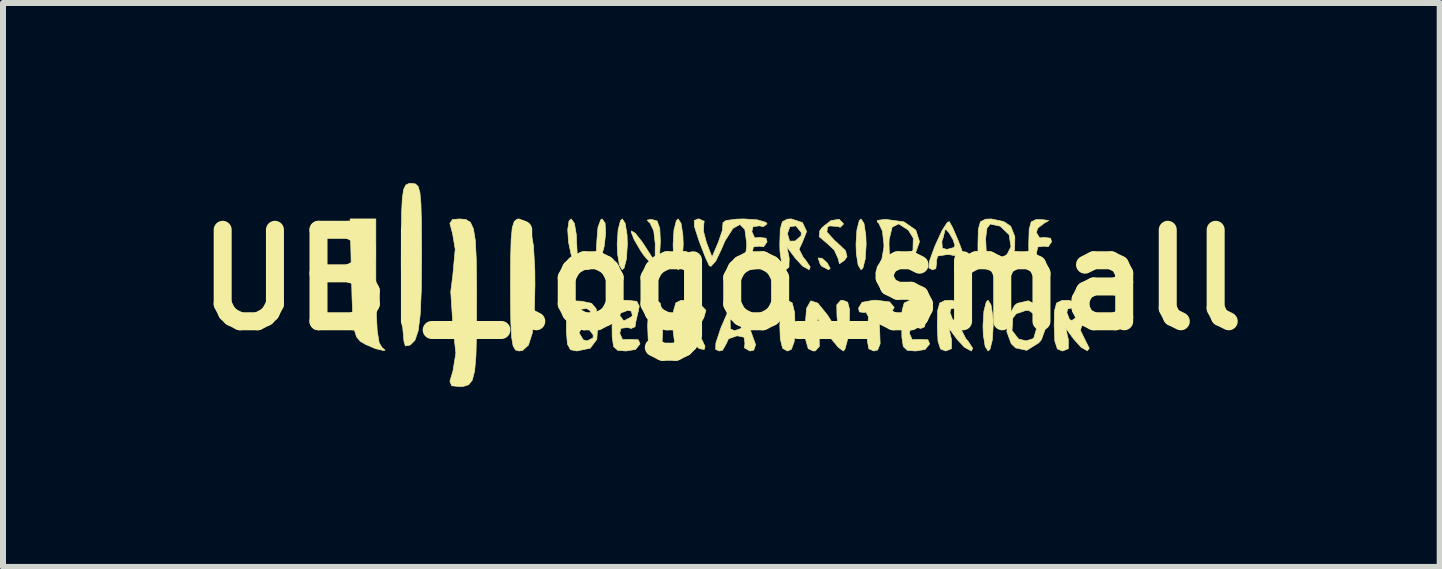
<source format=kicad_pcb>
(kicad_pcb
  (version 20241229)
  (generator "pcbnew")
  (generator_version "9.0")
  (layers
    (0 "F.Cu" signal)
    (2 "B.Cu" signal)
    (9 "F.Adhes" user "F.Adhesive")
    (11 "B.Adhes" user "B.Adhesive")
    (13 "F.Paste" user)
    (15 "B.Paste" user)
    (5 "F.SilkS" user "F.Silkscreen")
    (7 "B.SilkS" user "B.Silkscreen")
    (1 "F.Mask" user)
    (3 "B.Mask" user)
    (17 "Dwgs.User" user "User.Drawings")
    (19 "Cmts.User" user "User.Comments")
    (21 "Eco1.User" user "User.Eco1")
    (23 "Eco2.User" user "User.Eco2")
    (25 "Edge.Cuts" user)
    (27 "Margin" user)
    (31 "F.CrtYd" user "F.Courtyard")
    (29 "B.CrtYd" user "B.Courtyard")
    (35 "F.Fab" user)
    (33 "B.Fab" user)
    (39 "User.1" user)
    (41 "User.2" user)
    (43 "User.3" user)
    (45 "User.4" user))
  (footprint "UBI_logo_small"
    (layer "F.Cu")
    (at 8.97 1.614)
    (property "Reference" "UBI_logo_small" (at 0 0 0) (layer "F.SilkS") (effects (font (size 1.524 1.524) (thickness 0.3))))
    (attr through_hole)
    (fp_poly (pts (xy 1.677 -0.36) (xy 1.76 -0.288) (xy 1.814 -0.192) (xy 1.786 -0.169) (xy 1.669 -0.231) (xy 1.648 -0.26) (xy 1.613 -0.365) (xy 1.677 -0.36)) (stroke (width 0.01) (type solid)) (fill yes) (layer "F.SilkS"))
    (fp_poly (pts (xy -1.602 -0.94) (xy -1.571 -0.745) (xy -1.566 -0.593) (xy -1.581 -0.351) (xy -1.62 -0.198) (xy -1.651 -0.17) (xy -1.699 -0.246) (xy -1.73 -0.44) (xy -1.736 -0.593) (xy -1.72 -0.834) (xy -1.681 -0.987) (xy -1.65 -1.016) (xy -1.602 -0.94)) (stroke (width 0.01) (type solid)) (fill yes) (layer "F.SilkS"))
    (fp_poly (pts (xy -1.021 0.384) (xy -0.982 0.541) (xy -0.974 0.762) (xy -0.987 1.028) (xy -1.034 1.158) (xy -1.101 1.185) (xy -1.181 1.14) (xy -1.22 0.983) (xy -1.228 0.762) (xy -1.214 0.496) (xy -1.167 0.366) (xy -1.101 0.339) (xy -1.021 0.384)) (stroke (width 0.01) (type solid)) (fill yes) (layer "F.SilkS"))
    (fp_poly (pts (xy -0.671 -0.94) (xy -0.641 -0.745) (xy -0.635 -0.593) (xy -0.65 -0.351) (xy -0.689 -0.198) (xy -0.72 -0.169) (xy -0.768 -0.245) (xy -0.799 -0.44) (xy -0.804 -0.593) (xy -0.789 -0.834) (xy -0.75 -0.987) (xy -0.72 -1.016) (xy -0.671 -0.94)) (stroke (width 0.01) (type solid)) (fill yes) (layer "F.SilkS"))
    (fp_poly (pts (xy 1.181 0.384) (xy 1.22 0.541) (xy 1.228 0.762) (xy 1.214 1.028) (xy 1.167 1.158) (xy 1.101 1.185) (xy 1.021 1.14) (xy 0.982 0.983) (xy 0.974 0.762) (xy 0.987 0.496) (xy 1.034 0.366) (xy 1.101 0.339) (xy 1.181 0.384)) (stroke (width 0.01) (type solid)) (fill yes) (layer "F.SilkS"))
    (fp_poly (pts (xy 2.377 -0.94) (xy 2.407 -0.745) (xy 2.413 -0.593) (xy 2.398 -0.351) (xy 2.359 -0.198) (xy 2.328 -0.169) (xy 2.28 -0.245) (xy 2.249 -0.44) (xy 2.244 -0.593) (xy 2.259 -0.834) (xy 2.298 -0.987) (xy 2.328 -1.016) (xy 2.377 -0.94)) (stroke (width 0.01) (type solid)) (fill yes) (layer "F.SilkS"))
    (fp_poly (pts (xy 4.493 0.415) (xy 4.524 0.61) (xy 4.53 0.762) (xy 4.515 1.004) (xy 4.476 1.157) (xy 4.445 1.185) (xy 4.396 1.109) (xy 4.365 0.915) (xy 4.36 0.762) (xy 4.375 0.521) (xy 4.414 0.368) (xy 4.445 0.339) (xy 4.493 0.415)) (stroke (width 0.01) (type solid)) (fill yes) (layer "F.SilkS"))
    (fp_poly (pts (xy -5.757 0.035) (xy -5.752 0.519) (xy -5.734 0.851) (xy -5.702 1.048) (xy -5.654 1.128) (xy -5.652 1.129) (xy -5.603 1.17) (xy -5.63 1.177) (xy -5.763 1.146) (xy -5.927 1.076) (xy -6.017 1.023) (xy -6.078 0.951) (xy -6.117 0.829) (xy -6.14 0.624) (xy -6.154 0.305) (xy -6.162 -0.024) (xy -6.186 -1.016) (xy -5.757 -1.016) (xy -5.757 0.035)) (stroke (width 0.01) (type solid)) (fill yes) (layer "F.SilkS"))
    (fp_poly (pts (xy -3.256 -0.972) (xy -3.177 -0.828) (xy -3.13 -0.563) (xy -3.108 -0.159) (xy -3.106 0.085) (xy -3.117 0.561) (xy -3.151 0.889) (xy -3.215 1.087) (xy -3.312 1.176) (xy -3.371 1.185) (xy -3.43 1.168) (xy -3.47 1.1) (xy -3.495 0.954) (xy -3.508 0.705) (xy -3.513 0.324) (xy -3.514 0.085) (xy -3.511 -0.368) (xy -3.503 -0.678) (xy -3.484 -0.871) (xy -3.451 -0.974) (xy -3.402 -1.013) (xy -3.371 -1.016) (xy -3.256 -0.972)) (stroke (width 0.01) (type solid)) (fill yes) (layer "F.SilkS"))
    (fp_poly (pts (xy -1.07 -0.981) (xy -1.026 -0.859) (xy -1.016 -0.64) (xy -1.029 -0.404) (xy -1.063 -0.249) (xy -1.081 -0.224) (xy -1.163 -0.262) (xy -1.289 -0.406) (xy -1.341 -0.481) (xy -1.453 -0.672) (xy -1.502 -0.797) (xy -1.498 -0.816) (xy -1.434 -0.777) (xy -1.321 -0.634) (xy -1.282 -0.575) (xy -1.104 -0.296) (xy -1.102 -0.607) (xy -1.127 -0.821) (xy -1.191 -0.951) (xy -1.206 -0.96) (xy -1.236 -0.997) (xy -1.164 -1.009) (xy -1.07 -0.981)) (stroke (width 0.01) (type solid)) (fill yes) (layer "F.SilkS"))
    (fp_poly (pts (xy 2.031 -0.942) (xy 2.032 -0.926) (xy 1.98 -0.876) (xy 1.947 -0.889) (xy 1.806 -0.9) (xy 1.769 -0.883) (xy 1.759 -0.797) (xy 1.892 -0.651) (xy 1.917 -0.631) (xy 2.069 -0.487) (xy 2.094 -0.387) (xy 2.053 -0.328) (xy 1.968 -0.268) (xy 1.947 -0.354) (xy 1.947 -0.354) (xy 1.882 -0.497) (xy 1.758 -0.613) (xy 1.631 -0.72) (xy 1.64 -0.819) (xy 1.684 -0.877) (xy 1.825 -0.987) (xy 1.961 -1.011) (xy 2.031 -0.942)) (stroke (width 0.01) (type solid)) (fill yes) (layer "F.SilkS"))
    (fp_poly (pts (xy 2.804 0.367) (xy 2.879 0.457) (xy 2.879 0.463) (xy 2.824 0.548) (xy 2.742 0.535) (xy 2.657 0.527) (xy 2.627 0.614) (xy 2.638 0.834) (xy 2.638 0.834) (xy 2.646 1.064) (xy 2.604 1.168) (xy 2.54 1.185) (xy 2.457 1.148) (xy 2.432 1.009) (xy 2.442 0.836) (xy 2.449 0.609) (xy 2.408 0.535) (xy 2.381 0.544) (xy 2.3 0.533) (xy 2.286 0.471) (xy 2.344 0.374) (xy 2.535 0.339) (xy 2.582 0.339) (xy 2.804 0.367)) (stroke (width 0.01) (type solid)) (fill yes) (layer "F.SilkS"))
    (fp_poly (pts (xy -5.099 -1.6) (xy -5.053 -1.558) (xy -5.023 -1.457) (xy -5.006 -1.272) (xy -4.998 -0.976) (xy -4.995 -0.546) (xy -4.995 -0.356) (xy -5 0.185) (xy -5.018 0.579) (xy -5.051 0.845) (xy -5.106 1.007) (xy -5.184 1.085) (xy -5.266 1.101) (xy -5.289 1.021) (xy -5.309 0.8) (xy -5.324 0.466) (xy -5.332 0.048) (xy -5.334 -0.254) (xy -5.333 -0.761) (xy -5.328 -1.122) (xy -5.316 -1.363) (xy -5.294 -1.508) (xy -5.259 -1.581) (xy -5.207 -1.606) (xy -5.165 -1.609) (xy -5.099 -1.6)) (stroke (width 0.01) (type solid)) (fill yes) (layer "F.SilkS"))
    (fp_poly (pts (xy -1.937 -0.945) (xy -1.928 -0.771) (xy -1.953 -0.556) (xy -2.006 -0.362) (xy -2.052 -0.275) (xy -2.189 -0.18) (xy -2.244 -0.169) (xy -2.387 -0.229) (xy -2.435 -0.275) (xy -2.503 -0.423) (xy -2.547 -0.632) (xy -2.56 -0.839) (xy -2.538 -0.984) (xy -2.502 -1.016) (xy -2.448 -0.941) (xy -2.416 -0.751) (xy -2.413 -0.656) (xy -2.401 -0.426) (xy -2.349 -0.321) (xy -2.244 -0.296) (xy -2.135 -0.323) (xy -2.086 -0.432) (xy -2.074 -0.656) (xy -2.056 -0.876) (xy -2.009 -1.003) (xy -1.986 -1.016) (xy -1.937 -0.945)) (stroke (width 0.01) (type solid)) (fill yes) (layer "F.SilkS"))
    (fp_poly (pts (xy 5.456 -0.99) (xy 5.41 -0.961) (xy 5.397 -0.958) (xy 5.272 -0.863) (xy 5.249 -0.789) (xy 5.304 -0.699) (xy 5.376 -0.708) (xy 5.486 -0.695) (xy 5.503 -0.635) (xy 5.446 -0.552) (xy 5.376 -0.562) (xy 5.273 -0.549) (xy 5.249 -0.439) (xy 5.313 -0.281) (xy 5.397 -0.228) (xy 5.458 -0.197) (xy 5.352 -0.18) (xy 5.334 -0.179) (xy 5.209 -0.186) (xy 5.146 -0.251) (xy 5.124 -0.417) (xy 5.122 -0.593) (xy 5.129 -0.843) (xy 5.163 -0.967) (xy 5.246 -1.006) (xy 5.334 -1.006) (xy 5.456 -0.99)) (stroke (width 0.01) (type solid)) (fill yes) (layer "F.SilkS"))
    (fp_poly (pts (xy -4.257 -1.006) (xy -4.181 -0.959) (xy -4.131 -0.851) (xy -4.1 -0.66) (xy -4.084 -0.36) (xy -4.078 0.072) (xy -4.078 0.381) (xy -4.08 0.897) (xy -4.089 1.268) (xy -4.111 1.518) (xy -4.15 1.67) (xy -4.211 1.747) (xy -4.299 1.775) (xy -4.362 1.778) (xy -4.494 1.764) (xy -4.523 1.688) (xy -4.472 1.518) (xy -4.424 1.22) (xy -4.467 0.832) (xy -4.469 0.819) (xy -4.509 0.196) (xy -4.475 -0.072) (xy -4.435 -0.511) (xy -4.478 -0.77) (xy -4.524 -0.941) (xy -4.481 -1.006) (xy -4.362 -1.016) (xy -4.257 -1.006)) (stroke (width 0.01) (type solid)) (fill yes) (layer "F.SilkS"))
    (fp_poly (pts (xy 5.273 0.431) (xy 5.377 0.596) (xy 5.404 0.8) (xy 5.332 0.999) (xy 5.29 1.048) (xy 5.088 1.174) (xy 4.903 1.133) (xy 4.83 1.063) (xy 4.757 0.863) (xy 4.759 0.842) (xy 4.843 0.842) (xy 4.951 0.984) (xy 5.077 1.016) (xy 5.203 0.977) (xy 5.247 0.832) (xy 5.249 0.762) (xy 5.223 0.577) (xy 5.124 0.511) (xy 5.077 0.508) (xy 4.915 0.563) (xy 4.857 0.635) (xy 4.843 0.842) (xy 4.759 0.842) (xy 4.78 0.622) (xy 4.887 0.426) (xy 4.932 0.39) (xy 5.117 0.348) (xy 5.273 0.431)) (stroke (width 0.01) (type solid)) (fill yes) (layer "F.SilkS"))
    (fp_poly (pts (xy 2.105 0.371) (xy 2.137 0.494) (xy 2.131 0.744) (xy 2.13 0.762) (xy 2.101 1.003) (xy 2.059 1.157) (xy 2.032 1.185) (xy 1.946 1.121) (xy 1.817 0.963) (xy 1.78 0.91) (xy 1.597 0.635) (xy 1.63 0.91) (xy 1.633 1.108) (xy 1.567 1.182) (xy 1.531 1.185) (xy 1.448 1.146) (xy 1.407 1.004) (xy 1.397 0.762) (xy 1.42 0.474) (xy 1.491 0.349) (xy 1.607 0.387) (xy 1.769 0.587) (xy 1.786 0.614) (xy 1.961 0.889) (xy 1.927 0.614) (xy 1.923 0.417) (xy 1.989 0.342) (xy 2.025 0.339) (xy 2.105 0.371)) (stroke (width 0.01) (type solid)) (fill yes) (layer "F.SilkS"))
    (fp_poly (pts (xy 4.705 -0.972) (xy 4.822 -0.894) (xy 4.891 -0.719) (xy 4.887 -0.506) (xy 4.818 -0.331) (xy 4.741 -0.271) (xy 4.661 -0.262) (xy 4.715 -0.34) (xy 4.72 -0.345) (xy 4.826 -0.552) (xy 4.795 -0.753) (xy 4.647 -0.895) (xy 4.48 -0.931) (xy 4.425 -0.86) (xy 4.404 -0.688) (xy 4.414 -0.481) (xy 4.452 -0.304) (xy 4.508 -0.225) (xy 4.528 -0.19) (xy 4.445 -0.176) (xy 4.344 -0.193) (xy 4.293 -0.284) (xy 4.276 -0.487) (xy 4.276 -0.593) (xy 4.282 -0.844) (xy 4.317 -0.969) (xy 4.403 -1.012) (xy 4.498 -1.016) (xy 4.705 -0.972)) (stroke (width 0.01) (type solid)) (fill yes) (layer "F.SilkS"))
    (fp_poly (pts (xy 1.352 -0.955) (xy 1.421 -0.807) (xy 1.352 -0.632) (xy 1.295 -0.511) (xy 1.363 -0.378) (xy 1.398 -0.337) (xy 1.481 -0.217) (xy 1.463 -0.169) (xy 1.353 -0.231) (xy 1.234 -0.36) (xy 1.092 -0.55) (xy 1.131 -0.36) (xy 1.126 -0.21) (xy 1.072 -0.169) (xy 1.009 -0.249) (xy 0.977 -0.472) (xy 0.974 -0.593) (xy 0.979 -0.772) (xy 1.101 -0.772) (xy 1.138 -0.646) (xy 1.231 -0.648) (xy 1.329 -0.736) (xy 1.332 -0.788) (xy 1.243 -0.9) (xy 1.142 -0.887) (xy 1.101 -0.772) (xy 0.979 -0.772) (xy 0.981 -0.845) (xy 1.017 -0.97) (xy 1.101 -1.013) (xy 1.167 -1.016) (xy 1.352 -0.955)) (stroke (width 0.01) (type solid)) (fill yes) (layer "F.SilkS"))
    (fp_poly (pts (xy 3.043 -0.967) (xy 3.24 -0.83) (xy 3.302 -0.637) (xy 3.226 -0.421) (xy 3.032 -0.254) (xy 2.771 -0.177) (xy 2.712 -0.176) (xy 2.59 -0.194) (xy 2.603 -0.225) (xy 2.672 -0.331) (xy 2.708 -0.538) (xy 2.709 -0.593) (xy 2.794 -0.593) (xy 2.802 -0.361) (xy 2.847 -0.27) (xy 2.957 -0.293) (xy 3.054 -0.342) (xy 3.193 -0.496) (xy 3.198 -0.697) (xy 3.116 -0.83) (xy 2.955 -0.934) (xy 2.846 -0.879) (xy 2.796 -0.672) (xy 2.794 -0.593) (xy 2.709 -0.593) (xy 2.684 -0.814) (xy 2.621 -0.949) (xy 2.603 -0.96) (xy 2.597 -0.991) (xy 2.728 -1.009) (xy 2.736 -1.009) (xy 3.043 -0.967)) (stroke (width 0.01) (type solid)) (fill yes) (layer "F.SilkS"))
    (fp_poly (pts (xy 5.986 0.392) (xy 6.081 0.522) (xy 6.037 0.687) (xy 6.023 0.705) (xy 5.983 0.84) (xy 6.061 1.001) (xy 6.131 1.14) (xy 6.098 1.181) (xy 5.997 1.124) (xy 5.879 0.995) (xy 5.738 0.804) (xy 5.782 0.995) (xy 5.782 1.146) (xy 5.686 1.185) (xy 5.6 1.151) (xy 5.557 1.021) (xy 5.546 0.762) (xy 5.551 0.545) (xy 5.757 0.545) (xy 5.802 0.661) (xy 5.842 0.677) (xy 5.924 0.617) (xy 5.927 0.598) (xy 5.865 0.483) (xy 5.842 0.466) (xy 5.77 0.485) (xy 5.757 0.545) (xy 5.551 0.545) (xy 5.552 0.511) (xy 5.586 0.386) (xy 5.673 0.343) (xy 5.781 0.339) (xy 5.986 0.392)) (stroke (width 0.01) (type solid)) (fill yes) (layer "F.SilkS"))
    (fp_poly (pts (xy 4.042 0.392) (xy 4.131 0.527) (xy 4.077 0.703) (xy 4.062 0.722) (xy 4.005 0.844) (xy 4.072 0.977) (xy 4.108 1.018) (xy 4.188 1.138) (xy 4.167 1.185) (xy 4.052 1.124) (xy 3.932 0.995) (xy 3.791 0.804) (xy 3.835 0.995) (xy 3.835 1.146) (xy 3.739 1.185) (xy 3.652 1.151) (xy 3.61 1.021) (xy 3.598 0.762) (xy 3.604 0.545) (xy 3.81 0.545) (xy 3.854 0.661) (xy 3.895 0.677) (xy 3.977 0.617) (xy 3.979 0.598) (xy 3.918 0.483) (xy 3.895 0.466) (xy 3.822 0.485) (xy 3.81 0.545) (xy 3.604 0.545) (xy 3.604 0.511) (xy 3.639 0.386) (xy 3.726 0.343) (xy 3.834 0.339) (xy 4.042 0.392)) (stroke (width 0.01) (type solid)) (fill yes) (layer "F.SilkS"))
    (fp_poly (pts (xy -1.409 0.357) (xy -1.368 0.438) (xy -1.386 0.529) (xy -1.427 0.704) (xy -1.438 0.781) (xy -1.502 0.809) (xy -1.566 0.793) (xy -1.673 0.807) (xy -1.693 0.89) (xy -1.646 0.996) (xy -1.524 0.991) (xy -1.383 0.998) (xy -1.355 1.066) (xy -1.43 1.159) (xy -1.588 1.185) (xy -1.726 1.174) (xy -1.795 1.112) (xy -1.819 0.955) (xy -1.821 0.762) (xy -1.817 0.593) (xy -1.693 0.593) (xy -1.633 0.675) (xy -1.614 0.677) (xy -1.499 0.616) (xy -1.482 0.593) (xy -1.501 0.52) (xy -1.561 0.508) (xy -1.677 0.552) (xy -1.693 0.593) (xy -1.817 0.593) (xy -1.815 0.512) (xy -1.78 0.387) (xy -1.692 0.344) (xy -1.578 0.339) (xy -1.409 0.357)) (stroke (width 0.01) (type solid)) (fill yes) (layer "F.SilkS"))
    (fp_poly (pts (xy -0.427 0.381) (xy -0.339 0.422) (xy -0.257 0.508) (xy -0.293 0.633) (xy -0.322 0.681) (xy -0.389 0.849) (xy -0.331 0.982) (xy -0.272 1.109) (xy -0.285 1.16) (xy -0.37 1.145) (xy -0.464 1.052) (xy -0.556 0.944) (xy -0.587 0.972) (xy -0.59 1.037) (xy -0.642 1.163) (xy -0.699 1.185) (xy -0.771 1.103) (xy -0.803 0.857) (xy -0.804 0.762) (xy -0.798 0.593) (xy -0.593 0.593) (xy -0.528 0.675) (xy -0.508 0.677) (xy -0.426 0.613) (xy -0.423 0.593) (xy -0.488 0.51) (xy -0.508 0.508) (xy -0.59 0.572) (xy -0.593 0.593) (xy -0.798 0.593) (xy -0.795 0.508) (xy -0.758 0.382) (xy -0.675 0.342) (xy -0.635 0.34) (xy -0.427 0.381)) (stroke (width 0.01) (type solid)) (fill yes) (layer "F.SilkS"))
    (fp_poly (pts (xy 3.417 0.357) (xy 3.458 0.439) (xy 3.44 0.529) (xy 3.399 0.704) (xy 3.388 0.781) (xy 3.324 0.809) (xy 3.26 0.793) (xy 3.153 0.807) (xy 3.133 0.89) (xy 3.18 0.996) (xy 3.302 0.991) (xy 3.443 0.998) (xy 3.471 1.066) (xy 3.396 1.159) (xy 3.239 1.185) (xy 3.101 1.174) (xy 3.032 1.112) (xy 3.008 0.954) (xy 3.006 0.762) (xy 3.01 0.593) (xy 3.133 0.593) (xy 3.193 0.675) (xy 3.212 0.677) (xy 3.327 0.616) (xy 3.344 0.593) (xy 3.325 0.52) (xy 3.265 0.508) (xy 3.149 0.552) (xy 3.133 0.593) (xy 3.01 0.593) (xy 3.012 0.511) (xy 3.046 0.386) (xy 3.133 0.343) (xy 3.248 0.339) (xy 3.417 0.357)) (stroke (width 0.01) (type solid)) (fill yes) (layer "F.SilkS"))
    (fp_poly (pts (xy 0.3 0.417) (xy 0.39 0.584) (xy 0.418 0.655) (xy 0.501 0.886) (xy 0.563 1.057) (xy 0.571 1.079) (xy 0.54 1.17) (xy 0.477 1.185) (xy 0.384 1.132) (xy 0.393 1.058) (xy 0.38 0.956) (xy 0.263 0.931) (xy 0.118 0.982) (xy 0.085 1.058) (xy 0.021 1.171) (xy -0.034 1.185) (xy -0.095 1.158) (xy -0.091 1.052) (xy -0.019 0.833) (xy -0.002 0.786) (xy 0.049 0.67) (xy 0.147 0.67) (xy 0.15 0.817) (xy 0.22 0.847) (xy 0.326 0.81) (xy 0.337 0.783) (xy 0.296 0.662) (xy 0.264 0.607) (xy 0.2 0.555) (xy 0.149 0.66) (xy 0.147 0.67) (xy 0.049 0.67) (xy 0.1 0.552) (xy 0.19 0.396) (xy 0.227 0.362) (xy 0.3 0.417)) (stroke (width 0.01) (type solid)) (fill yes) (layer "F.SilkS"))
    (fp_poly (pts (xy -2.328 0.356) (xy -2.163 0.39) (xy -2.086 0.481) (xy -2.058 0.683) (xy -2.056 0.716) (xy -2.075 0.991) (xy -2.185 1.138) (xy -2.405 1.184) (xy -2.413 1.184) (xy -2.514 1.163) (xy -2.565 1.07) (xy -2.58 0.882) (xy -2.371 0.882) (xy -2.302 0.999) (xy -2.237 1.016) (xy -2.138 0.967) (xy -2.136 0.915) (xy -2.22 0.804) (xy -2.322 0.789) (xy -2.371 0.882) (xy -2.58 0.882) (xy -2.582 0.864) (xy -2.582 0.758) (xy -2.578 0.553) (xy -2.371 0.553) (xy -2.318 0.665) (xy -2.21 0.652) (xy -2.164 0.602) (xy -2.187 0.512) (xy -2.244 0.477) (xy -2.353 0.491) (xy -2.371 0.553) (xy -2.578 0.553) (xy -2.578 0.507) (xy -2.546 0.384) (xy -2.462 0.348) (xy -2.328 0.356)) (stroke (width 0.01) (type solid)) (fill yes) (layer "F.SilkS"))
    (fp_poly (pts (xy 3.854 -0.87) (xy 3.942 -0.666) (xy 3.989 -0.546) (xy 4.068 -0.315) (xy 4.078 -0.201) (xy 4.02 -0.169) (xy 4.016 -0.169) (xy 3.939 -0.228) (xy 3.949 -0.296) (xy 3.94 -0.392) (xy 3.795 -0.423) (xy 3.768 -0.423) (xy 3.605 -0.398) (xy 3.581 -0.311) (xy 3.587 -0.296) (xy 3.574 -0.187) (xy 3.516 -0.169) (xy 3.458 -0.2) (xy 3.468 -0.313) (xy 3.55 -0.54) (xy 3.573 -0.595) (xy 3.595 -0.642) (xy 3.674 -0.642) (xy 3.682 -0.529) (xy 3.759 -0.508) (xy 3.876 -0.54) (xy 3.893 -0.572) (xy 3.862 -0.668) (xy 3.797 -0.781) (xy 3.74 -0.845) (xy 3.727 -0.832) (xy 3.698 -0.712) (xy 3.674 -0.642) (xy 3.595 -0.642) (xy 3.677 -0.82) (xy 3.762 -0.954) (xy 3.798 -0.972) (xy 3.854 -0.87)) (stroke (width 0.01) (type solid)) (fill yes) (layer "F.SilkS"))
    (fp_poly (pts (xy 0.605 -1) (xy 0.743 -0.959) (xy 0.762 -0.934) (xy 0.7 -0.887) (xy 0.635 -0.901) (xy 0.528 -0.887) (xy 0.508 -0.804) (xy 0.556 -0.7) (xy 0.635 -0.708) (xy 0.744 -0.695) (xy 0.762 -0.635) (xy 0.705 -0.552) (xy 0.635 -0.562) (xy 0.534 -0.55) (xy 0.508 -0.423) (xy 0.543 -0.287) (xy 0.635 -0.285) (xy 0.744 -0.286) (xy 0.762 -0.251) (xy 0.688 -0.197) (xy 0.508 -0.176) (xy 0.487 -0.176) (xy 0.332 -0.191) (xy 0.306 -0.22) (xy 0.318 -0.225) (xy 0.386 -0.332) (xy 0.422 -0.545) (xy 0.423 -0.606) (xy 0.392 -0.84) (xy 0.31 -0.923) (xy 0.194 -0.859) (xy 0.061 -0.651) (xy 0.003 -0.516) (xy -0.092 -0.316) (xy -0.172 -0.226) (xy -0.201 -0.236) (xy -0.263 -0.37) (xy -0.35 -0.593) (xy -0.379 -0.673) (xy -0.448 -0.888) (xy -0.452 -0.988) (xy -0.39 -1.016) (xy -0.372 -1.016) (xy -0.285 -0.977) (xy -0.292 -0.938) (xy -0.298 -0.811) (xy -0.248 -0.621) (xy -0.155 -0.381) (xy -0.047 -0.635) (xy 0.018 -0.828) (xy 0.027 -0.949) (xy 0.026 -0.953) (xy 0.079 -0.99) (xy 0.255 -1.013) (xy 0.376 -1.016) (xy 0.605 -1)) (stroke (width 0.01) (type solid)) (fill yes) (layer "F.SilkS")))
  (gr_rect
    (start -3 -3)
    (end 20.94 6.397)
    (stroke (width 0.1) (type default))
    (fill no)
    (layer "Edge.Cuts")))
</source>
